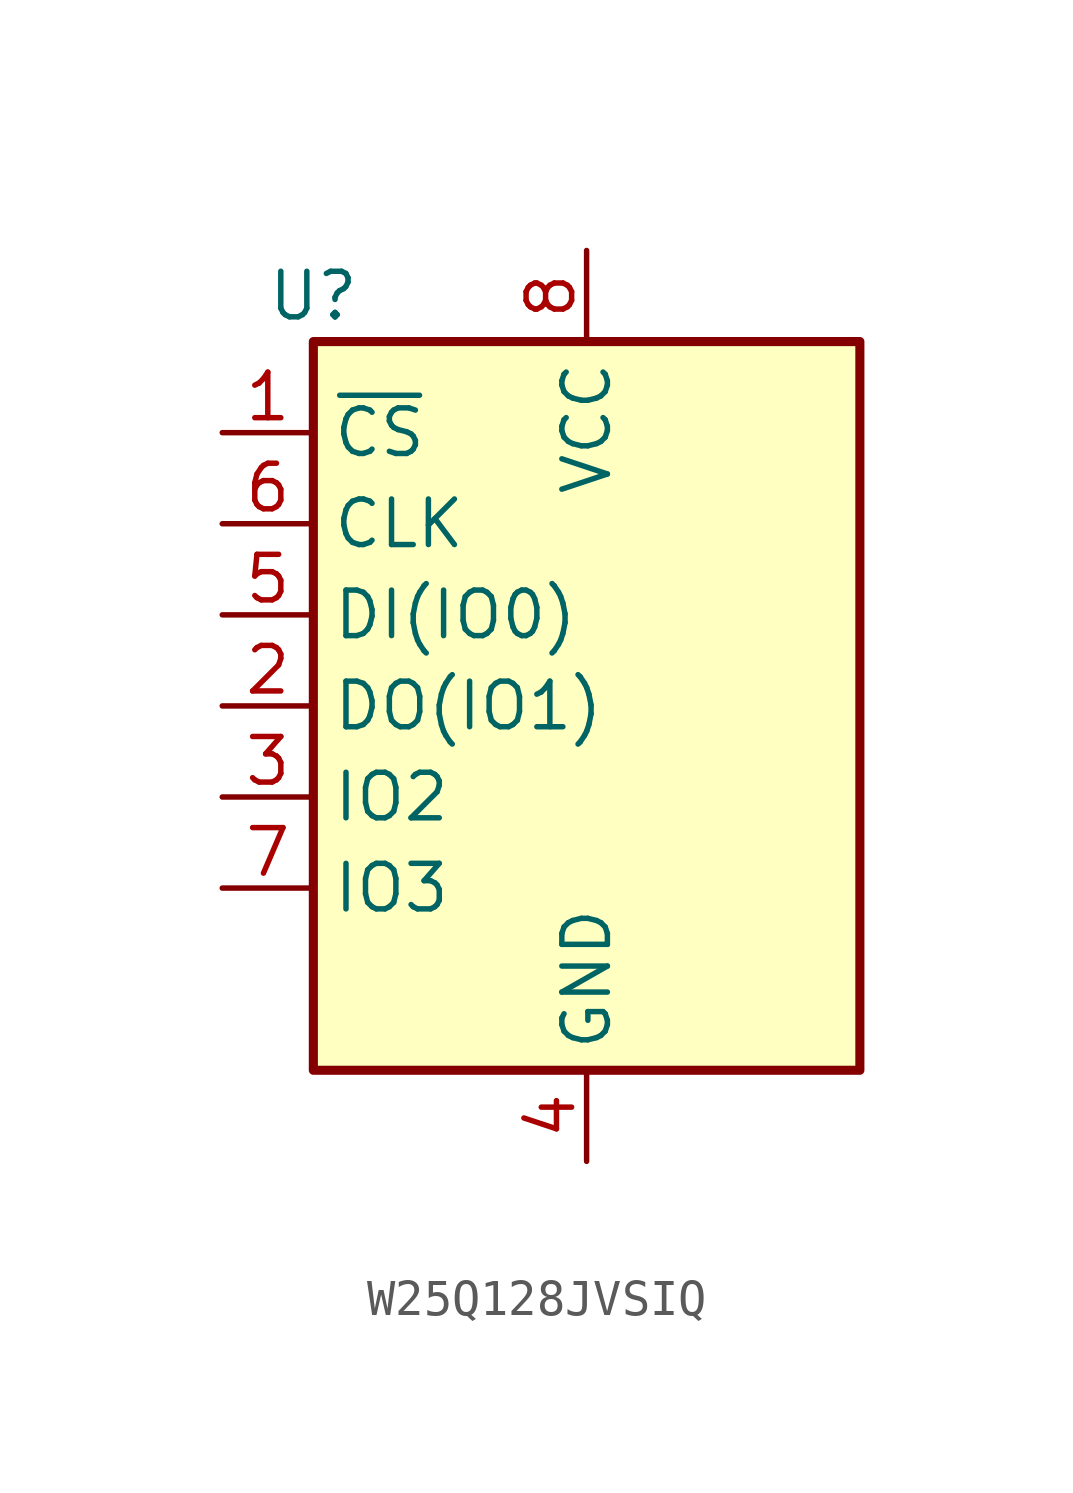
<source format=kicad_sym>
(kicad_symbol_lib
  (version 20220914)
  (generator kicad_symbol_editor)
  (symbol "W25Q128JVSIQ"
    (property "Reference" "U"
      (at -7.62 10.16 0)
      (effects (font (size 1.27 1.27))))
    (symbol "W25Q128JVSIQ_0_1"
      (rectangle (start -7.62 8.89) (end 7.62 -11.43) (stroke (width 0.254) (type default)) (fill (type background))))
    (symbol "W25Q128JVSIQ_1_1"
      (pin input line (at -10.16 6.35 0) (length 2.54) (name "~{CS}" (effects (font (size 1.27 1.27)))) (number "1" (effects (font (size 1.27 1.27)))))
      (pin bidirectional line (at -10.16 -1.27 0) (length 2.54) (name "DO(IO1)" (effects (font (size 1.27 1.27)))) (number "2" (effects (font (size 1.27 1.27)))))
      (pin bidirectional line (at -10.16 -3.81 0) (length 2.54) (name "IO2" (effects (font (size 1.27 1.27)))) (number "3" (effects (font (size 1.27 1.27)))))
      (pin power_in line (at 0 -13.97 90) (length 2.54) (name "GND" (effects (font (size 1.27 1.27)))) (number "4" (effects (font (size 1.27 1.27)))))
      (pin bidirectional line (at -10.16 1.27 0) (length 2.54) (name "DI(IO0)" (effects (font (size 1.27 1.27)))) (number "5" (effects (font (size 1.27 1.27)))))
      (pin input line (at -10.16 3.81 0) (length 2.54) (name "CLK" (effects (font (size 1.27 1.27)))) (number "6" (effects (font (size 1.27 1.27)))))
      (pin bidirectional line (at -10.16 -6.35 0) (length 2.54) (name "IO3" (effects (font (size 1.27 1.27)))) (number "7" (effects (font (size 1.27 1.27)))))
      (pin power_in line (at 0 11.43 270) (length 2.54) (name "VCC" (effects (font (size 1.27 1.27)))) (number "8" (effects (font (size 1.27 1.27))))))))
</source>
